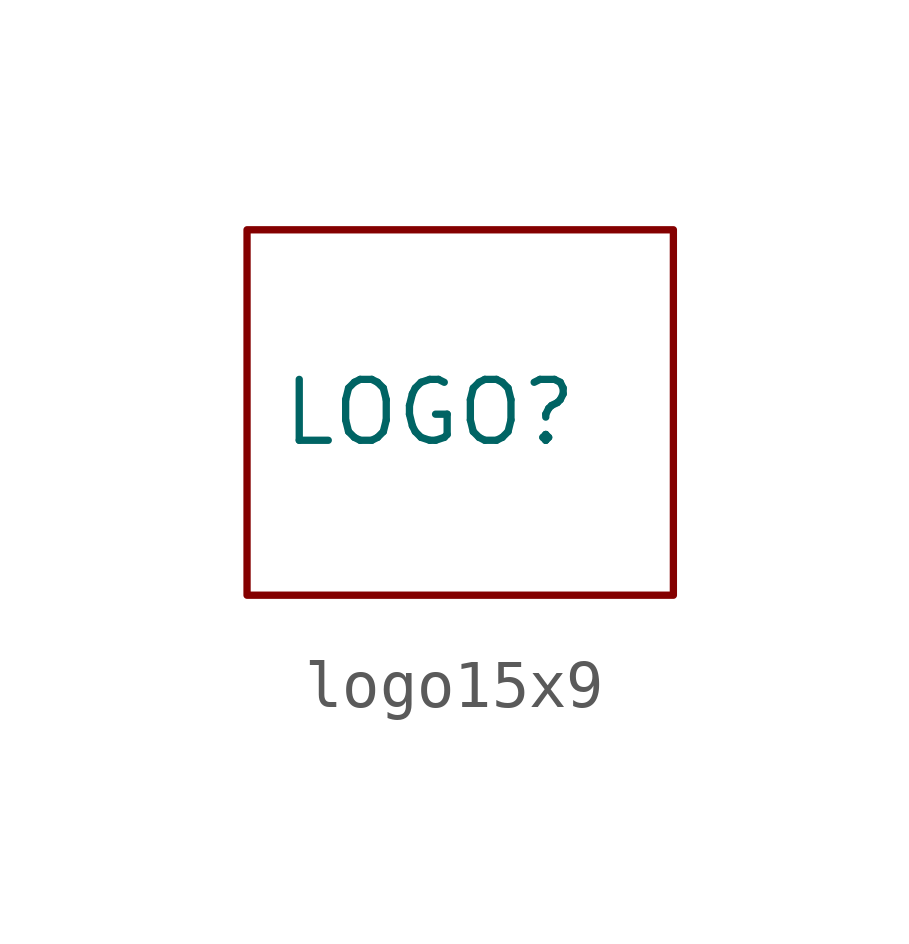
<source format=kicad_sym>
(kicad_symbol_lib
  (version 20241209)
  (generator "kicad_symbol_editor")
  (generator_version "9.0")
  (symbol "logo15x9"
    (pin_numbers
      (hide yes))
    (pin_names
      (offset 0)
      (hide yes))
    (property "Reference" "LOGO"
      (at 3.81 3.81 0)
      (effects (font (size 1.27 1.27))))
    (property "Value" ""
      (at 0 0 0)
      (effects (font (size 1.27 1.27))))
    (symbol "logo15x9_0_1"
      (rectangle (start 0 7.62) (end 8.89 0) (stroke (width 0) (type default)) (fill (type none))))))
</source>
